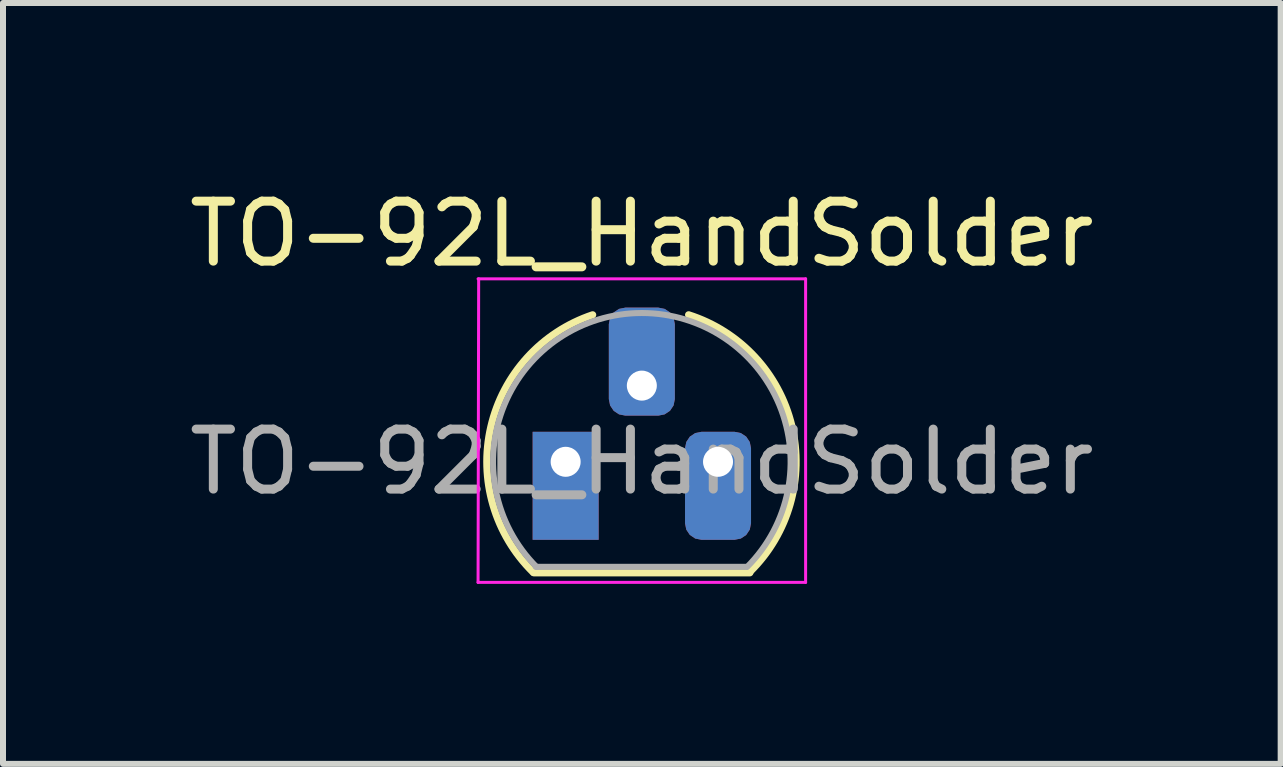
<source format=kicad_pcb>
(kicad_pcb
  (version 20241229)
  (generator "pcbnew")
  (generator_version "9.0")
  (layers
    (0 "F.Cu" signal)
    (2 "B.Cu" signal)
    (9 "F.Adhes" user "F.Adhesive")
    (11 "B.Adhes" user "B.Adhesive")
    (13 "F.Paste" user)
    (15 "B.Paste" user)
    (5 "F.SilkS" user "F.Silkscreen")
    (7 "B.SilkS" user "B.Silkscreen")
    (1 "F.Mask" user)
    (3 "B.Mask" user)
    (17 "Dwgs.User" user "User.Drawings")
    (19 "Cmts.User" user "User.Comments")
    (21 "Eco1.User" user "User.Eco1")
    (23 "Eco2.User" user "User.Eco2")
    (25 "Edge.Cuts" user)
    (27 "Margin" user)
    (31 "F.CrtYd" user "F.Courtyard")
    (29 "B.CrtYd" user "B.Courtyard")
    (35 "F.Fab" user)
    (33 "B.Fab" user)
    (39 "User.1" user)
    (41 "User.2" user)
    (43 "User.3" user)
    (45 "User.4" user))
  (footprint "TO-92L_HandSolder"
    (layer "F.Cu")
    (at 6.379 4.648)
    (property "Reference" "TO-92L_HandSolder" (at 1.27 -3.8 0) (layer "F.SilkS") (effects (font (size 1 1) (thickness 0.15))))
    (attr through_hole)
    (fp_line (start -0.53 1.85) (end 3.07 1.85) (stroke (width 0.12) (type solid)) (layer "F.SilkS"))
    (fp_arc (start -0.541453 1.842156) (mid -1.247298 -0.581475) (end 0.45 -2.45) (stroke (width 0.12) (type solid)) (layer "F.SilkS"))
    (fp_arc (start 2.05 -2.45) (mid 3.769931 -0.601036) (end 3.078445 1.827684) (stroke (width 0.12) (type solid)) (layer "F.SilkS"))
    (fp_line (start -1.46 -3.05) (end 4 -3.05) (stroke (width 0.05) (type solid)) (layer "F.CrtYd"))
    (fp_line (start -1.45 -3.05) (end -1.46 2.01) (stroke (width 0.05) (type solid)) (layer "F.CrtYd"))
    (fp_line (start 4 2.01) (end -1.46 2.01) (stroke (width 0.05) (type solid)) (layer "F.CrtYd"))
    (fp_line (start 4 2.01) (end 4 -3.05) (stroke (width 0.05) (type solid)) (layer "F.CrtYd"))
    (fp_line (start -0.5 1.75) (end 3 1.75) (stroke (width 0.1) (type solid)) (layer "F.Fab"))
    (fp_arc (start -0.483625 1.753625) (mid -1.021221 -0.949055) (end 1.27 -2.48) (stroke (width 0.1) (type solid)) (layer "F.Fab"))
    (fp_arc (start 1.27 -2.48) (mid 3.561221 -0.949055) (end 3.023625 1.753625) (stroke (width 0.1) (type solid)) (layer "F.Fab"))
    (fp_text user "${REFERENCE}" (at 1.27 0 0) (layer "F.Fab") (effects (font (size 1 1) (thickness 0.15))))
    (pad "1" thru_hole rect (at 0 0) (size 1.1 1.8) (drill 0.5 (offset 0 0.4)) (layers "*.Cu" "*.Mask"))
    (pad "2" thru_hole roundrect (at 1.27 -1.27) (size 1.1 1.8) (drill 0.5 (offset 0 -0.4)) (layers "*.Cu" "*.Mask") (roundrect_rratio 0.25))
    (pad "3" thru_hole roundrect (at 2.54 0) (size 1.1 1.8) (drill 0.5 (offset 0 0.4)) (layers "*.Cu" "*.Mask") (roundrect_rratio 0.25)))
  (gr_rect
    (start -3 -3)
    (end 18.298 9.683)
    (stroke (width 0.1) (type default))
    (fill no)
    (layer "Edge.Cuts")))
</source>
